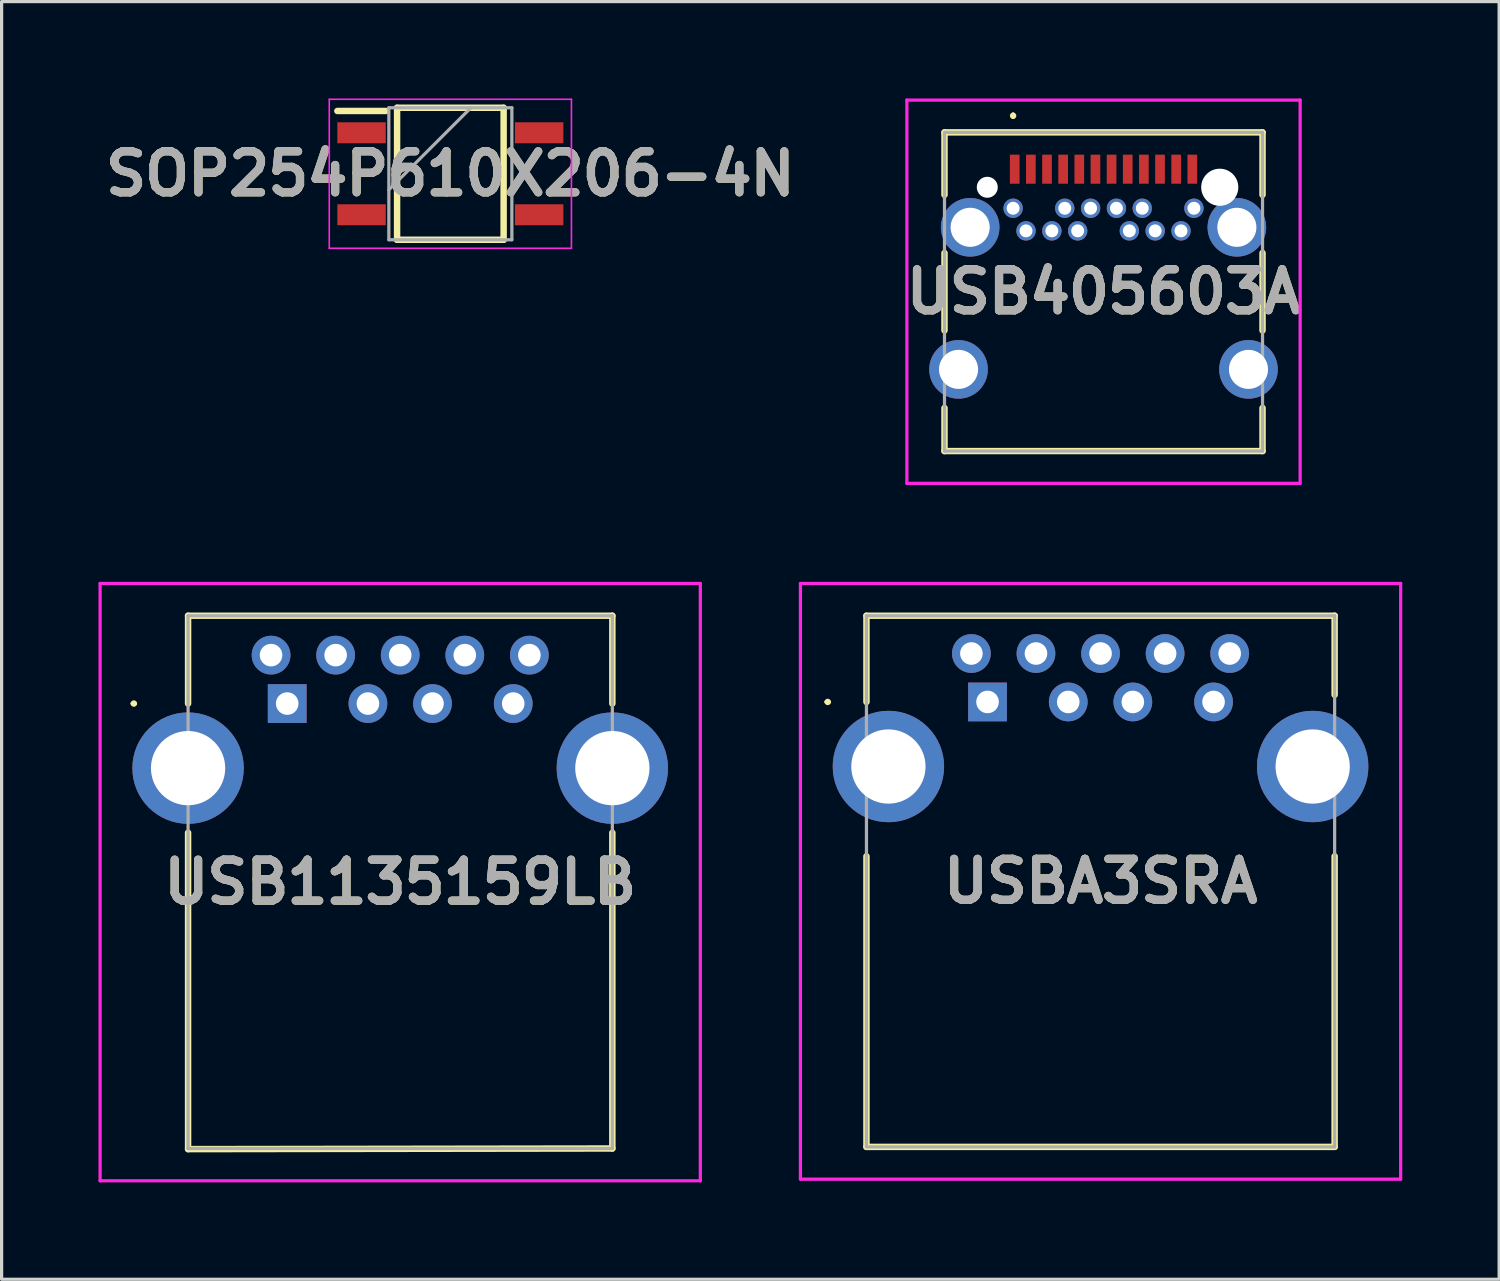
<source format=kicad_pcb>
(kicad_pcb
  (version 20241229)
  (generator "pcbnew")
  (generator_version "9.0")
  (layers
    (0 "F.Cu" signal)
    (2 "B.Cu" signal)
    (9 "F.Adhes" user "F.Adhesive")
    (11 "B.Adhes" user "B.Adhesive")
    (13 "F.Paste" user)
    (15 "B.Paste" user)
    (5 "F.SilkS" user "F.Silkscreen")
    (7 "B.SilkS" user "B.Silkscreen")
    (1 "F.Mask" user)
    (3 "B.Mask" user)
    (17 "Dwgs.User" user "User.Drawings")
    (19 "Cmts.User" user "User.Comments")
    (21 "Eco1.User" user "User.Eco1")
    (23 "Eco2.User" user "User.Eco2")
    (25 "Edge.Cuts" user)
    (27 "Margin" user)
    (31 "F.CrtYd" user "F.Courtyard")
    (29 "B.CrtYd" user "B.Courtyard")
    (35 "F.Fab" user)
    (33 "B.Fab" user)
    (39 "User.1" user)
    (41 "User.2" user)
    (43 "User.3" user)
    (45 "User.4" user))
  (footprint "SOP254P610X206-4N"
    (layer "F.Cu")
    (at 10.898 2.332)
    (property "Reference" "SOP254P610X206-4N" (at 0 0 0) (layer "F.SilkS") (effects (font (size 1.27 1.27) (thickness 0.254))))
    (attr smd)
    (fp_line (start -3.5 -1.945) (end -2 -1.945) (stroke (width 0.2) (type solid)) (layer "F.SilkS"))
    (fp_line (start -1.65 -2.044) (end 1.65 -2.044) (stroke (width 0.2) (type solid)) (layer "F.SilkS"))
    (fp_line (start -1.65 2.044) (end -1.65 -2.044) (stroke (width 0.2) (type solid)) (layer "F.SilkS"))
    (fp_line (start 1.65 -2.044) (end 1.65 2.044) (stroke (width 0.2) (type solid)) (layer "F.SilkS"))
    (fp_line (start 1.65 2.044) (end -1.65 2.044) (stroke (width 0.2) (type solid)) (layer "F.SilkS"))
    (fp_line (start -3.75 -2.307) (end 3.75 -2.307) (stroke (width 0.05) (type solid)) (layer "F.CrtYd"))
    (fp_line (start -3.75 2.307) (end -3.75 -2.307) (stroke (width 0.05) (type solid)) (layer "F.CrtYd"))
    (fp_line (start 3.75 -2.307) (end 3.75 2.307) (stroke (width 0.05) (type solid)) (layer "F.CrtYd"))
    (fp_line (start 3.75 2.307) (end -3.75 2.307) (stroke (width 0.05) (type solid)) (layer "F.CrtYd"))
    (fp_line (start -1.905 -2.044) (end 1.905 -2.044) (stroke (width 0.1) (type solid)) (layer "F.Fab"))
    (fp_line (start -1.905 0.496) (end 0.635 -2.044) (stroke (width 0.1) (type solid)) (layer "F.Fab"))
    (fp_line (start -1.905 2.044) (end -1.905 -2.044) (stroke (width 0.1) (type solid)) (layer "F.Fab"))
    (fp_line (start 1.905 -2.044) (end 1.905 2.044) (stroke (width 0.1) (type solid)) (layer "F.Fab"))
    (fp_line (start 1.905 2.044) (end -1.905 2.044) (stroke (width 0.1) (type solid)) (layer "F.Fab"))
    (fp_text user "${REFERENCE}" (at 0 0 0) (layer "F.Fab") (effects (font (size 1.27 1.27) (thickness 0.254))))
    (pad "1" smd rect (at -2.75 -1.27 90) (size 0.65 1.5) (layers "F.Cu" "F.Mask" "F.Paste"))
    (pad "2" smd rect (at -2.75 1.27 90) (size 0.65 1.5) (layers "F.Cu" "F.Mask" "F.Paste"))
    (pad "3" smd rect (at 2.75 1.27 90) (size 0.65 1.5) (layers "F.Cu" "F.Mask" "F.Paste"))
    (pad "4" smd rect (at 2.75 -1.27 90) (size 0.65 1.5) (layers "F.Cu" "F.Mask" "F.Paste")))
  (footprint "USB405603A"
    (layer "F.Cu")
    (at 31.127 8.39)
    (property "Reference" "USB405603A" (at 0 -2.405 0) (layer "F.SilkS") (effects (font (size 1.27 1.27) (thickness 0.254))))
    (attr through_hole)
    (fp_line (start -4.925 -7.34) (end 4.925 -7.34) (stroke (width 0.2) (type solid)) (layer "F.SilkS"))
    (fp_line (start -4.925 -5.405) (end -4.925 -7.34) (stroke (width 0.2) (type solid)) (layer "F.SilkS"))
    (fp_line (start -4.925 -3.605) (end -4.925 -1.205) (stroke (width 0.2) (type solid)) (layer "F.SilkS"))
    (fp_line (start -4.925 1.195) (end -4.925 2.53) (stroke (width 0.2) (type solid)) (layer "F.SilkS"))
    (fp_line (start -4.925 2.53) (end 4.925 2.53) (stroke (width 0.2) (type solid)) (layer "F.SilkS"))
    (fp_line (start -2.8 -7.905) (end -2.8 -7.905) (stroke (width 0.1) (type solid)) (layer "F.SilkS"))
    (fp_line (start -2.8 -7.805) (end -2.8 -7.805) (stroke (width 0.1) (type solid)) (layer "F.SilkS"))
    (fp_line (start 4.925 -7.34) (end 4.925 -5.405) (stroke (width 0.2) (type solid)) (layer "F.SilkS"))
    (fp_line (start 4.925 -1.205) (end 4.925 -3.605) (stroke (width 0.2) (type solid)) (layer "F.SilkS"))
    (fp_line (start 4.925 2.53) (end 4.925 1.195) (stroke (width 0.2) (type solid)) (layer "F.SilkS"))
    (fp_arc (start -2.8 -7.905) (mid -2.75 -7.855) (end -2.8 -7.805) (stroke (width 0.1) (type solid)) (layer "F.SilkS"))
    (fp_arc (start -2.8 -7.805) (mid -2.85 -7.855) (end -2.8 -7.905) (stroke (width 0.1) (type solid)) (layer "F.SilkS"))
    (fp_line (start -6.09 -8.34) (end 6.09 -8.34) (stroke (width 0.1) (type solid)) (layer "F.CrtYd"))
    (fp_line (start -6.09 3.53) (end -6.09 -8.34) (stroke (width 0.1) (type solid)) (layer "F.CrtYd"))
    (fp_line (start 6.09 -8.34) (end 6.09 3.53) (stroke (width 0.1) (type solid)) (layer "F.CrtYd"))
    (fp_line (start 6.09 3.53) (end -6.09 3.53) (stroke (width 0.1) (type solid)) (layer "F.CrtYd"))
    (fp_line (start -4.925 -7.34) (end 4.925 -7.34) (stroke (width 0.1) (type solid)) (layer "F.Fab"))
    (fp_line (start -4.925 2.53) (end -4.925 -7.34) (stroke (width 0.1) (type solid)) (layer "F.Fab"))
    (fp_line (start 4.925 -7.34) (end 4.925 2.53) (stroke (width 0.1) (type solid)) (layer "F.Fab"))
    (fp_line (start 4.925 2.53) (end -4.925 2.53) (stroke (width 0.1) (type solid)) (layer "F.Fab"))
    (fp_text user "${REFERENCE}" (at 0 -2.405 0) (layer "F.Fab") (effects (font (size 1.27 1.27) (thickness 0.254))))
    (pad "" np_thru_hole circle (at -3.6 -5.64) (size 0.65 0.65) (drill 0.65) (layers "*.Cu" "*.Mask"))
    (pad "" np_thru_hole circle (at 3.6 -5.64) (size 1.15 1.15) (drill 1.15) (layers "*.Cu" "*.Mask"))
    (pad "A1" smd rect (at -2.75 -6.2) (size 0.3 0.9) (layers "F.Cu" "F.Mask" "F.Paste"))
    (pad "A2" smd rect (at -2.25 -6.2) (size 0.3 0.9) (layers "F.Cu" "F.Mask" "F.Paste"))
    (pad "A3" smd rect (at -1.75 -6.2) (size 0.3 0.9) (layers "F.Cu" "F.Mask" "F.Paste"))
    (pad "A4" smd rect (at -1.25 -6.2) (size 0.3 0.9) (layers "F.Cu" "F.Mask" "F.Paste"))
    (pad "A5" smd rect (at -0.75 -6.2) (size 0.3 0.9) (layers "F.Cu" "F.Mask" "F.Paste"))
    (pad "A6" smd rect (at -0.25 -6.2) (size 0.3 0.9) (layers "F.Cu" "F.Mask" "F.Paste"))
    (pad "A7" smd rect (at 0.25 -6.2) (size 0.3 0.9) (layers "F.Cu" "F.Mask" "F.Paste"))
    (pad "A8" smd rect (at 0.75 -6.2) (size 0.3 0.9) (layers "F.Cu" "F.Mask" "F.Paste"))
    (pad "A9" smd rect (at 1.25 -6.2) (size 0.3 0.9) (layers "F.Cu" "F.Mask" "F.Paste"))
    (pad "A10" smd rect (at 1.75 -6.2) (size 0.3 0.9) (layers "F.Cu" "F.Mask" "F.Paste"))
    (pad "A11" smd rect (at 2.25 -6.2) (size 0.3 0.9) (layers "F.Cu" "F.Mask" "F.Paste"))
    (pad "A12" smd rect (at 2.75 -6.2) (size 0.3 0.9) (layers "F.Cu" "F.Mask" "F.Paste"))
    (pad "B1" thru_hole circle (at 2.8 -4.99) (size 0.6 0.6) (drill 0.4) (layers "*.Cu" "*.Mask"))
    (pad "B2" thru_hole circle (at 2.4 -4.29) (size 0.6 0.6) (drill 0.4) (layers "*.Cu" "*.Mask"))
    (pad "B3" thru_hole circle (at 1.6 -4.29) (size 0.6 0.6) (drill 0.4) (layers "*.Cu" "*.Mask"))
    (pad "B4" thru_hole circle (at 1.2 -4.99) (size 0.6 0.6) (drill 0.4) (layers "*.Cu" "*.Mask"))
    (pad "B5" thru_hole circle (at 0.8 -4.29) (size 0.6 0.6) (drill 0.4) (layers "*.Cu" "*.Mask"))
    (pad "B6" thru_hole circle (at 0.4 -4.99) (size 0.6 0.6) (drill 0.4) (layers "*.Cu" "*.Mask"))
    (pad "B7" thru_hole circle (at -0.4 -4.99) (size 0.6 0.6) (drill 0.4) (layers "*.Cu" "*.Mask"))
    (pad "B8" thru_hole circle (at -0.8 -4.29) (size 0.6 0.6) (drill 0.4) (layers "*.Cu" "*.Mask"))
    (pad "B9" thru_hole circle (at -1.2 -4.99) (size 0.6 0.6) (drill 0.4) (layers "*.Cu" "*.Mask"))
    (pad "B10" thru_hole circle (at -1.6 -4.29) (size 0.6 0.6) (drill 0.4) (layers "*.Cu" "*.Mask"))
    (pad "B11" thru_hole circle (at -2.4 -4.29) (size 0.6 0.6) (drill 0.4) (layers "*.Cu" "*.Mask"))
    (pad "B12" thru_hole circle (at -2.8 -4.99) (size 0.6 0.6) (drill 0.4) (layers "*.Cu" "*.Mask"))
    (pad "MH1" thru_hole circle (at -4.13 -4.4) (size 1.815 1.815) (drill 1.21) (layers "*.Cu" "*.Mask"))
    (pad "MH2" thru_hole circle (at 4.13 -4.4) (size 1.815 1.815) (drill 1.21) (layers "*.Cu" "*.Mask"))
    (pad "MH3" thru_hole circle (at 4.49 0) (size 1.815 1.815) (drill 1.21) (layers "*.Cu" "*.Mask"))
    (pad "MH4" thru_hole circle (at -4.49 0) (size 1.815 1.815) (drill 1.21) (layers "*.Cu" "*.Mask")))
  (footprint "USB1135159LB"
    (layer "F.Cu")
    (at 5.845 18.74)
    (property "Reference" "USB1135159LB" (at 3.5 5.53 0) (layer "F.SilkS") (effects (font (size 1.27 1.27) (thickness 0.254))))
    (attr through_hole)
    (fp_line (start -4.8 0) (end -4.8 0) (stroke (width 0.1) (type solid)) (layer "F.SilkS"))
    (fp_line (start -4.7 0) (end -4.7 0) (stroke (width 0.1) (type solid)) (layer "F.SilkS"))
    (fp_line (start -3.07 -2.72) (end -3.07 0) (stroke (width 0.2) (type solid)) (layer "F.SilkS"))
    (fp_line (start -3.07 13.8) (end -3.07 4) (stroke (width 0.2) (type solid)) (layer "F.SilkS"))
    (fp_line (start 10.07 -2.72) (end -3.07 -2.72) (stroke (width 0.2) (type solid)) (layer "F.SilkS"))
    (fp_line (start 10.07 0) (end 10.07 -2.72) (stroke (width 0.2) (type solid)) (layer "F.SilkS"))
    (fp_line (start 10.07 4) (end 10.07 13.78) (stroke (width 0.2) (type solid)) (layer "F.SilkS"))
    (fp_line (start 10.07 13.78) (end -3.07 13.8) (stroke (width 0.2) (type solid)) (layer "F.SilkS"))
    (fp_arc (start -4.8 0) (mid -4.75 -0.05) (end -4.7 0) (stroke (width 0.1) (type solid)) (layer "F.SilkS"))
    (fp_arc (start -4.7 0) (mid -4.75 0.05) (end -4.8 0) (stroke (width 0.1) (type solid)) (layer "F.SilkS"))
    (fp_line (start -5.795 -3.72) (end 12.795 -3.72) (stroke (width 0.1) (type solid)) (layer "F.CrtYd"))
    (fp_line (start -5.795 14.78) (end -5.795 -3.72) (stroke (width 0.1) (type solid)) (layer "F.CrtYd"))
    (fp_line (start 12.795 -3.72) (end 12.795 14.78) (stroke (width 0.1) (type solid)) (layer "F.CrtYd"))
    (fp_line (start 12.795 14.78) (end -5.795 14.78) (stroke (width 0.1) (type solid)) (layer "F.CrtYd"))
    (fp_line (start -3.07 -2.72) (end 10.07 -2.72) (stroke (width 0.1) (type solid)) (layer "F.Fab"))
    (fp_line (start -3.07 13.78) (end -3.07 -2.72) (stroke (width 0.1) (type solid)) (layer "F.Fab"))
    (fp_line (start 10.07 -2.72) (end 10.07 13.78) (stroke (width 0.1) (type solid)) (layer "F.Fab"))
    (fp_line (start 10.07 13.78) (end -3.07 13.78) (stroke (width 0.1) (type solid)) (layer "F.Fab"))
    (fp_text user "${REFERENCE}" (at 3.5 5.53 0) (layer "F.Fab") (effects (font (size 1.27 1.27) (thickness 0.254))))
    (pad "1" thru_hole rect (at 0 0) (size 1.2 1.2) (drill 0.7) (layers "*.Cu" "*.Mask"))
    (pad "2" thru_hole circle (at 2.5 0) (size 1.2 1.2) (drill 0.7) (layers "*.Cu" "*.Mask"))
    (pad "3" thru_hole circle (at 4.5 0) (size 1.2 1.2) (drill 0.7) (layers "*.Cu" "*.Mask"))
    (pad "4" thru_hole circle (at 7 0) (size 1.2 1.2) (drill 0.7) (layers "*.Cu" "*.Mask"))
    (pad "5" thru_hole circle (at 7.5 -1.5) (size 1.2 1.2) (drill 0.7) (layers "*.Cu" "*.Mask"))
    (pad "6" thru_hole circle (at 5.5 -1.5) (size 1.2 1.2) (drill 0.7) (layers "*.Cu" "*.Mask"))
    (pad "7" thru_hole circle (at 3.5 -1.5) (size 1.2 1.2) (drill 0.7) (layers "*.Cu" "*.Mask"))
    (pad "8" thru_hole circle (at 1.5 -1.5) (size 1.2 1.2) (drill 0.7) (layers "*.Cu" "*.Mask"))
    (pad "9" thru_hole circle (at -0.5 -1.5) (size 1.2 1.2) (drill 0.7) (layers "*.Cu" "*.Mask"))
    (pad "MH1" thru_hole circle (at -3.07 2) (size 3.45 3.45) (drill 2.3) (layers "*.Cu" "*.Mask"))
    (pad "MH2" thru_hole circle (at 10.07 2) (size 3.45 3.45) (drill 2.3) (layers "*.Cu" "*.Mask")))
  (footprint "USBA3SRA"
    (layer "F.Cu")
    (at 27.535 18.69)
    (property "Reference" "USBA3SRA" (at 3.5 5.555 0) (layer "F.SilkS") (effects (font (size 1.27 1.27) (thickness 0.254))))
    (attr through_hole)
    (fp_line (start -5 0) (end -5 0) (stroke (width 0.1) (type solid)) (layer "F.SilkS"))
    (fp_line (start -4.9 0) (end -4.9 0) (stroke (width 0.1) (type solid)) (layer "F.SilkS"))
    (fp_line (start -3.75 -2.67) (end 10.75 -2.67) (stroke (width 0.2) (type solid)) (layer "F.SilkS"))
    (fp_line (start -3.75 0) (end -3.75 -2.67) (stroke (width 0.2) (type solid)) (layer "F.SilkS"))
    (fp_line (start -3.75 4.78) (end -3.75 13.78) (stroke (width 0.2) (type solid)) (layer "F.SilkS"))
    (fp_line (start -3.75 13.78) (end 10.75 13.78) (stroke (width 0.2) (type solid)) (layer "F.SilkS"))
    (fp_line (start 10.75 -2.67) (end 10.75 -0.22) (stroke (width 0.2) (type solid)) (layer "F.SilkS"))
    (fp_line (start 10.75 13.78) (end 10.75 4.78) (stroke (width 0.2) (type solid)) (layer "F.SilkS"))
    (fp_arc (start -5 0) (mid -4.95 -0.05) (end -4.9 0) (stroke (width 0.1) (type solid)) (layer "F.SilkS"))
    (fp_arc (start -4.9 0) (mid -4.95 0.05) (end -5 0) (stroke (width 0.1) (type solid)) (layer "F.SilkS"))
    (fp_line (start -5.795 -3.67) (end 12.795 -3.67) (stroke (width 0.1) (type solid)) (layer "F.CrtYd"))
    (fp_line (start -5.795 14.78) (end -5.795 -3.67) (stroke (width 0.1) (type solid)) (layer "F.CrtYd"))
    (fp_line (start 12.795 -3.67) (end 12.795 14.78) (stroke (width 0.1) (type solid)) (layer "F.CrtYd"))
    (fp_line (start 12.795 14.78) (end -5.795 14.78) (stroke (width 0.1) (type solid)) (layer "F.CrtYd"))
    (fp_line (start -3.75 -2.67) (end 10.75 -2.67) (stroke (width 0.1) (type solid)) (layer "F.Fab"))
    (fp_line (start -3.75 13.78) (end -3.75 -2.67) (stroke (width 0.1) (type solid)) (layer "F.Fab"))
    (fp_line (start 10.75 -2.67) (end 10.75 13.78) (stroke (width 0.1) (type solid)) (layer "F.Fab"))
    (fp_line (start 10.75 13.78) (end -3.75 13.78) (stroke (width 0.1) (type solid)) (layer "F.Fab"))
    (fp_text user "${REFERENCE}" (at 3.5 5.555 0) (layer "F.Fab") (effects (font (size 1.27 1.27) (thickness 0.254))))
    (pad "1" thru_hole rect (at 0 0) (size 1.2 1.2) (drill 0.7) (layers "*.Cu" "*.Mask"))
    (pad "2" thru_hole circle (at 2.5 0) (size 1.2 1.2) (drill 0.7) (layers "*.Cu" "*.Mask"))
    (pad "3" thru_hole circle (at 4.5 0) (size 1.2 1.2) (drill 0.7) (layers "*.Cu" "*.Mask"))
    (pad "4" thru_hole circle (at 7 0) (size 1.2 1.2) (drill 0.7) (layers "*.Cu" "*.Mask"))
    (pad "5" thru_hole circle (at 7.5 -1.5) (size 1.2 1.2) (drill 0.7) (layers "*.Cu" "*.Mask"))
    (pad "6" thru_hole circle (at 5.5 -1.5) (size 1.2 1.2) (drill 0.7) (layers "*.Cu" "*.Mask"))
    (pad "7" thru_hole circle (at 3.5 -1.5) (size 1.2 1.2) (drill 0.7) (layers "*.Cu" "*.Mask"))
    (pad "8" thru_hole circle (at 1.5 -1.5) (size 1.2 1.2) (drill 0.7) (layers "*.Cu" "*.Mask"))
    (pad "9" thru_hole circle (at -0.5 -1.5) (size 1.2 1.2) (drill 0.7) (layers "*.Cu" "*.Mask"))
    (pad "10" thru_hole circle (at -3.07 2) (size 3.45 3.45) (drill 2.3) (layers "*.Cu" "*.Mask"))
    (pad "11" thru_hole circle (at 10.07 2) (size 3.45 3.45) (drill 2.3) (layers "*.Cu" "*.Mask")))
  (gr_rect
    (start -3 -3)
    (end 43.38 36.57)
    (stroke (width 0.1) (type default))
    (fill no)
    (layer "Edge.Cuts")))
</source>
